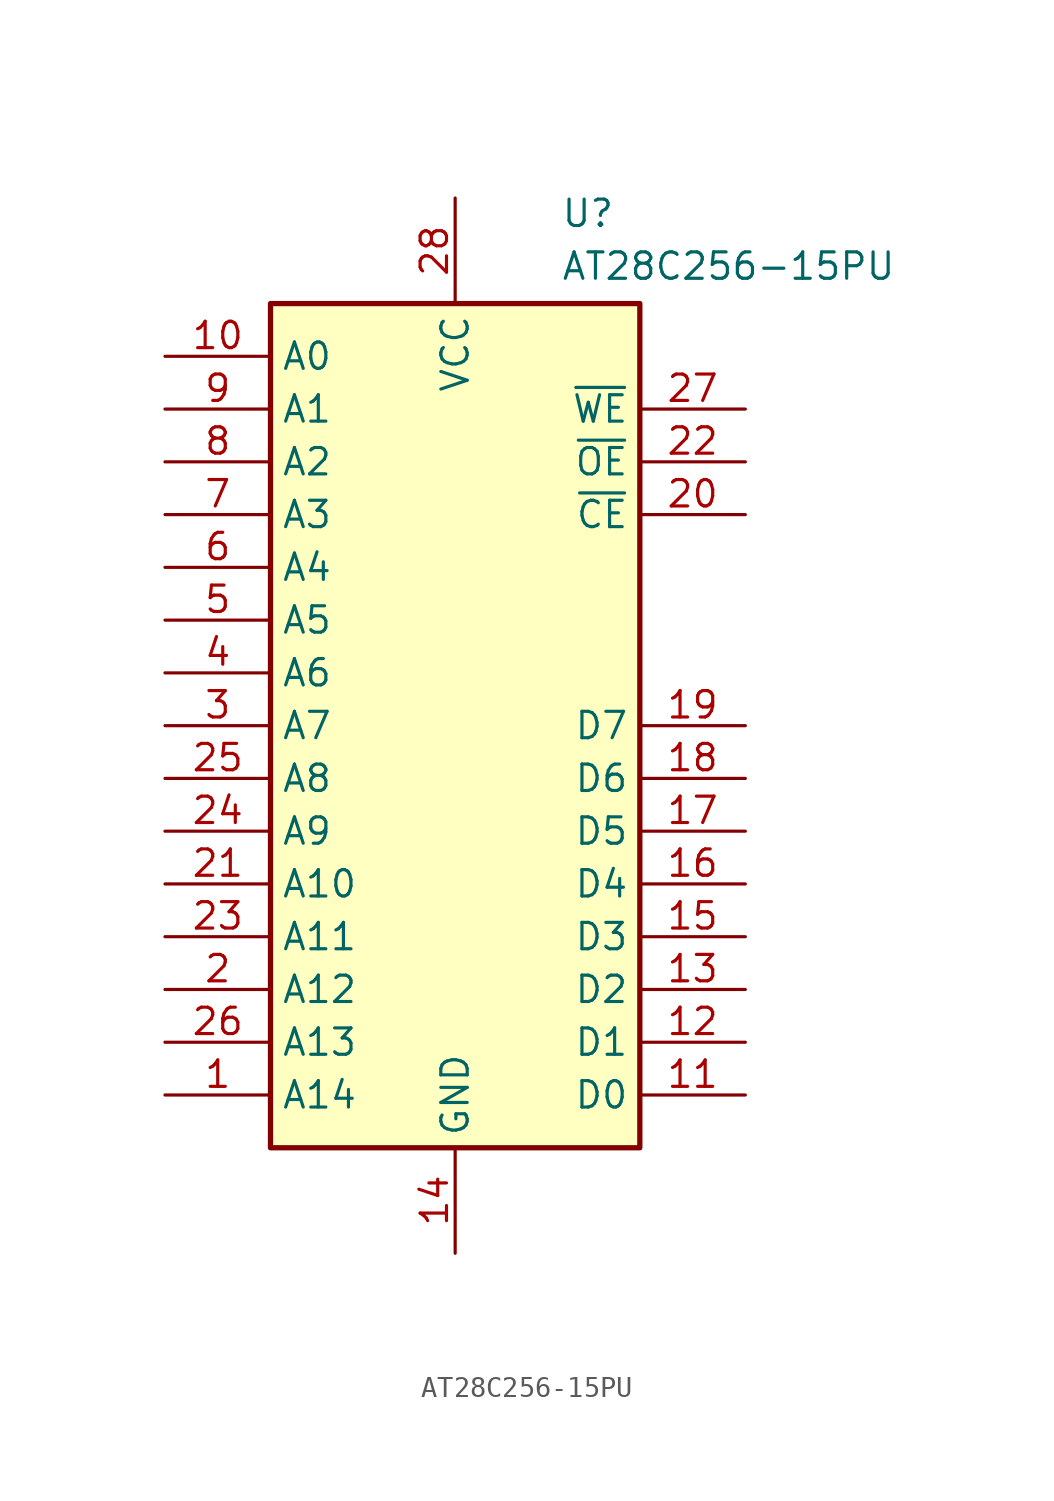
<source format=kicad_sym>
(kicad_symbol_lib
  (version 20220914)
  (generator kicad_symbol_editor)
  (symbol "AT28C256-15PU"
    (property "Reference" "U"
      (at 19.05 7.62 0)
      (effects (font (size 1.27 1.27)) (justify left top)))
    (property "Value" "AT28C256-15PU"
      (at 19.05 5.08 0)
      (effects (font (size 1.27 1.27)) (justify left top)))
    (symbol "AT28C256-15PU_1_1"
      (rectangle (start 5.08 2.54) (end 22.86 -38.1) (stroke (width 0.254) (type default)) (fill (type background)))
      (pin input line (at 0 -35.56 0) (length 5.08) (name "A14" (effects (font (size 1.27 1.27)))) (number "1" (effects (font (size 1.27 1.27)))))
      (pin input line (at 0 0 0) (length 5.08) (name "A0" (effects (font (size 1.27 1.27)))) (number "10" (effects (font (size 1.27 1.27)))))
      (pin tri_state line (at 27.94 -35.56 180) (length 5.08) (name "D0" (effects (font (size 1.27 1.27)))) (number "11" (effects (font (size 1.27 1.27)))))
      (pin tri_state line (at 27.94 -33.02 180) (length 5.08) (name "D1" (effects (font (size 1.27 1.27)))) (number "12" (effects (font (size 1.27 1.27)))))
      (pin tri_state line (at 27.94 -30.48 180) (length 5.08) (name "D2" (effects (font (size 1.27 1.27)))) (number "13" (effects (font (size 1.27 1.27)))))
      (pin power_in line (at 13.97 -43.18 90) (length 5.08) (name "GND" (effects (font (size 1.27 1.27)))) (number "14" (effects (font (size 1.27 1.27)))))
      (pin tri_state line (at 27.94 -27.94 180) (length 5.08) (name "D3" (effects (font (size 1.27 1.27)))) (number "15" (effects (font (size 1.27 1.27)))))
      (pin tri_state line (at 27.94 -25.4 180) (length 5.08) (name "D4" (effects (font (size 1.27 1.27)))) (number "16" (effects (font (size 1.27 1.27)))))
      (pin tri_state line (at 27.94 -22.86 180) (length 5.08) (name "D5" (effects (font (size 1.27 1.27)))) (number "17" (effects (font (size 1.27 1.27)))))
      (pin tri_state line (at 27.94 -20.32 180) (length 5.08) (name "D6" (effects (font (size 1.27 1.27)))) (number "18" (effects (font (size 1.27 1.27)))))
      (pin tri_state line (at 27.94 -17.78 180) (length 5.08) (name "D7" (effects (font (size 1.27 1.27)))) (number "19" (effects (font (size 1.27 1.27)))))
      (pin input line (at 0 -30.48 0) (length 5.08) (name "A12" (effects (font (size 1.27 1.27)))) (number "2" (effects (font (size 1.27 1.27)))))
      (pin input line (at 27.94 -7.62 180) (length 5.08) (name "~{CE}" (effects (font (size 1.27 1.27)))) (number "20" (effects (font (size 1.27 1.27)))))
      (pin input line (at 0 -25.4 0) (length 5.08) (name "A10" (effects (font (size 1.27 1.27)))) (number "21" (effects (font (size 1.27 1.27)))))
      (pin input line (at 27.94 -5.08 180) (length 5.08) (name "~{OE}" (effects (font (size 1.27 1.27)))) (number "22" (effects (font (size 1.27 1.27)))))
      (pin input line (at 0 -27.94 0) (length 5.08) (name "A11" (effects (font (size 1.27 1.27)))) (number "23" (effects (font (size 1.27 1.27)))))
      (pin input line (at 0 -22.86 0) (length 5.08) (name "A9" (effects (font (size 1.27 1.27)))) (number "24" (effects (font (size 1.27 1.27)))))
      (pin input line (at 0 -20.32 0) (length 5.08) (name "A8" (effects (font (size 1.27 1.27)))) (number "25" (effects (font (size 1.27 1.27)))))
      (pin input line (at 0 -33.02 0) (length 5.08) (name "A13" (effects (font (size 1.27 1.27)))) (number "26" (effects (font (size 1.27 1.27)))))
      (pin input line (at 27.94 -2.54 180) (length 5.08) (name "~{WE}" (effects (font (size 1.27 1.27)))) (number "27" (effects (font (size 1.27 1.27)))))
      (pin power_in line (at 13.97 7.62 270) (length 5.08) (name "VCC" (effects (font (size 1.27 1.27)))) (number "28" (effects (font (size 1.27 1.27)))))
      (pin input line (at 0 -17.78 0) (length 5.08) (name "A7" (effects (font (size 1.27 1.27)))) (number "3" (effects (font (size 1.27 1.27)))))
      (pin input line (at 0 -15.24 0) (length 5.08) (name "A6" (effects (font (size 1.27 1.27)))) (number "4" (effects (font (size 1.27 1.27)))))
      (pin input line (at 0 -12.7 0) (length 5.08) (name "A5" (effects (font (size 1.27 1.27)))) (number "5" (effects (font (size 1.27 1.27)))))
      (pin input line (at 0 -10.16 0) (length 5.08) (name "A4" (effects (font (size 1.27 1.27)))) (number "6" (effects (font (size 1.27 1.27)))))
      (pin input line (at 0 -7.62 0) (length 5.08) (name "A3" (effects (font (size 1.27 1.27)))) (number "7" (effects (font (size 1.27 1.27)))))
      (pin input line (at 0 -5.08 0) (length 5.08) (name "A2" (effects (font (size 1.27 1.27)))) (number "8" (effects (font (size 1.27 1.27)))))
      (pin input line (at 0 -2.54 0) (length 5.08) (name "A1" (effects (font (size 1.27 1.27)))) (number "9" (effects (font (size 1.27 1.27))))))))
</source>
